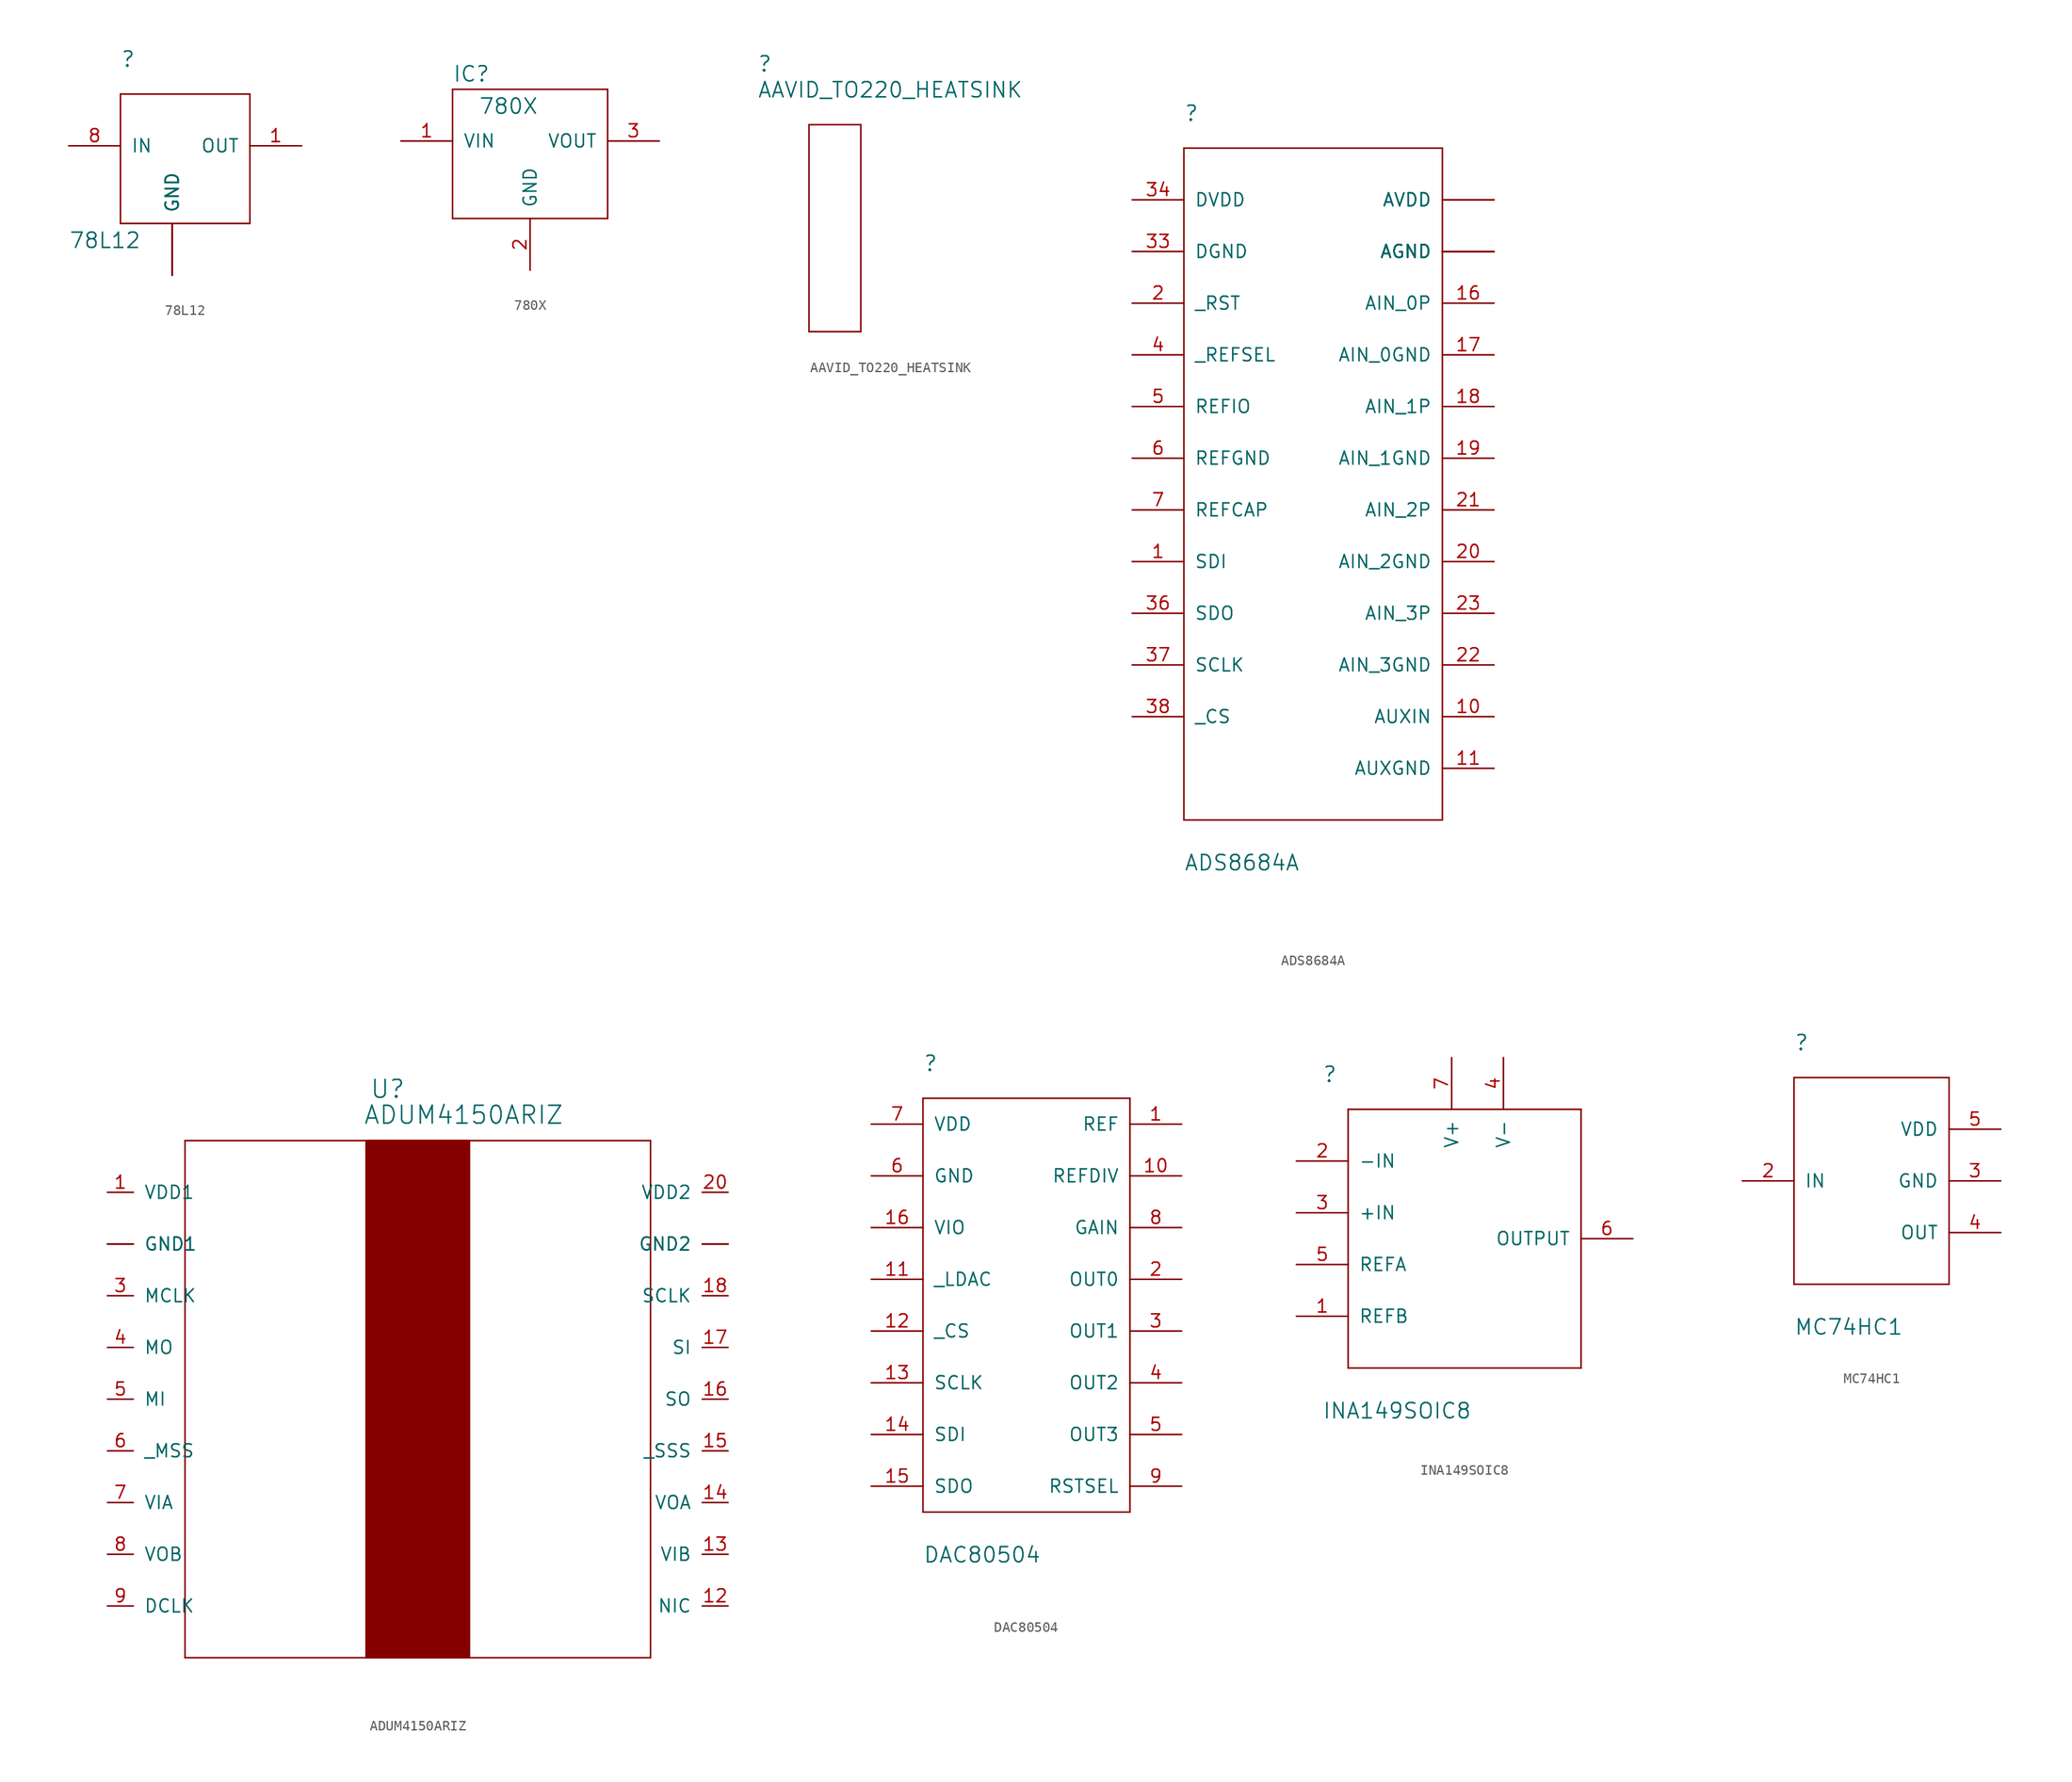
<source format=kicad_sym>
(kicad_symbol_lib
  (version 20211014)
  (generator kicad_symbol_editor)
  (symbol "78L12"
    (pin_names
      (offset 1.016))
    (property "Reference" ""
      (at -5.08 12.7 0)
      (effects (font (size 1.499 1.499)) (justify left bottom)))
    (property "Value" "78L12"
      (at -10.16 -5.08 0)
      (effects (font (size 1.499 1.499)) (justify left bottom)))
    (property "ki_locked" ""
      (at 0 0 0)
      (effects (font (size 1.27 1.27))))
    (symbol "78L12_0_0"
      (pin no_connect line (at 6.35 -5.08 90) (length 2.54) hide (name "NC" (effects (font (size 1.27 1.27)))) (number "4" (effects (font (size 1.27 1.27)))))
      (pin no_connect line (at 5.08 -5.08 90) (length 2.54) hide (name "NC" (effects (font (size 1.27 1.27)))) (number "5" (effects (font (size 1.27 1.27))))))
    (symbol "78L12_1_0"
      (polyline (pts (xy -5.08 -2.54) (xy 7.62 -2.54)) (stroke (width 0) (type default) (color 0 0 0 0)) (fill (type none)))
      (polyline (pts (xy -5.08 10.16) (xy -5.08 -2.54)) (stroke (width 0) (type default) (color 0 0 0 0)) (fill (type none)))
      (polyline (pts (xy 7.62 -2.54) (xy 7.62 10.16)) (stroke (width 0) (type default) (color 0 0 0 0)) (fill (type none)))
      (polyline (pts (xy 7.62 10.16) (xy -5.08 10.16)) (stroke (width 0) (type default) (color 0 0 0 0)) (fill (type none)))
      (pin power_out line (at 12.7 5.08 180) (length 5.08) (name "OUT" (effects (font (size 1.27 1.27)))) (number "1" (effects (font (size 1.27 1.27)))))
      (pin power_in line (at 0 -7.62 90) (length 5.08) (name "GND" (effects (font (size 1.27 1.27)))) (number "2" (effects (font (size 0 0)))))
      (pin power_in line (at 0 -7.62 90) (length 5.08) (name "GND" (effects (font (size 1.27 1.27)))) (number "3" (effects (font (size 0 0)))))
      (pin power_in line (at 0 -7.62 90) (length 5.08) (name "GND" (effects (font (size 1.27 1.27)))) (number "6" (effects (font (size 0 0)))))
      (pin power_in line (at 0 -7.62 90) (length 5.08) (name "GND" (effects (font (size 1.27 1.27)))) (number "7" (effects (font (size 0 0)))))
      (pin power_in line (at -10.16 5.08 0) (length 5.08) (name "IN" (effects (font (size 1.27 1.27)))) (number "8" (effects (font (size 1.27 1.27)))))))
  (symbol "780X"
    (pin_names
      (offset 1.016))
    (property "Reference" "IC"
      (at -7.62 5.715 0)
      (effects (font (size 1.499 1.499)) (justify left bottom)))
    (property "Value" "780X"
      (at -5.08 2.54 0)
      (effects (font (size 1.499 1.499)) (justify left bottom)))
    (property "ki_locked" ""
      (at 0 0 0)
      (effects (font (size 1.27 1.27))))
    (symbol "780X_1_0"
      (polyline (pts (xy -7.62 -7.62) (xy 7.62 -7.62)) (stroke (width 0) (type default) (color 0 0 0 0)) (fill (type none)))
      (polyline (pts (xy -7.62 5.08) (xy -7.62 -7.62)) (stroke (width 0) (type default) (color 0 0 0 0)) (fill (type none)))
      (polyline (pts (xy 7.62 -7.62) (xy 7.62 5.08)) (stroke (width 0) (type default) (color 0 0 0 0)) (fill (type none)))
      (polyline (pts (xy 7.62 5.08) (xy -7.62 5.08)) (stroke (width 0) (type default) (color 0 0 0 0)) (fill (type none)))
      (pin power_in line (at -12.7 0 0) (length 5.08) (name "VIN" (effects (font (size 1.27 1.27)))) (number "1" (effects (font (size 1.27 1.27)))))
      (pin power_in line (at 0 -12.7 90) (length 5.08) (name "GND" (effects (font (size 1.27 1.27)))) (number "2" (effects (font (size 1.27 1.27)))))
      (pin power_out line (at 12.7 0 180) (length 5.08) (name "VOUT" (effects (font (size 1.27 1.27)))) (number "3" (effects (font (size 1.27 1.27)))))))
  (symbol "AAVID_TO220_HEATSINK"
    (pin_names
      (offset 1.016))
    (property "Reference" ""
      (at -7.62 15.24 0)
      (effects (font (size 1.499 1.499)) (justify left bottom)))
    (property "Value" "AAVID_TO220_HEATSINK"
      (at -7.62 12.7 0)
      (effects (font (size 1.499 1.499)) (justify left bottom)))
    (property "ki_locked" ""
      (at 0 0 0)
      (effects (font (size 1.27 1.27))))
    (symbol "AAVID_TO220_HEATSINK_1_0"
      (polyline (pts (xy -2.54 -10.16) (xy 2.54 -10.16)) (stroke (width 0) (type default) (color 0 0 0 0)) (fill (type none)))
      (polyline (pts (xy -2.54 10.16) (xy -2.54 -10.16)) (stroke (width 0) (type default) (color 0 0 0 0)) (fill (type none)))
      (polyline (pts (xy 2.54 -10.16) (xy 2.54 10.16)) (stroke (width 0) (type default) (color 0 0 0 0)) (fill (type none)))
      (polyline (pts (xy 2.54 10.16) (xy -2.54 10.16)) (stroke (width 0) (type default) (color 0 0 0 0)) (fill (type none)))))
  (symbol "ADS8684A"
    (pin_names
      (offset 1.016))
    (property "Reference" ""
      (at -50.8 45.72 0)
      (effects (font (size 1.499 1.499)) (justify left bottom)))
    (property "Value" "ADS8684A"
      (at -50.8 -27.94 0)
      (effects (font (size 1.499 1.499)) (justify left bottom)))
    (property "ki_locked" ""
      (at 0 0 0)
      (effects (font (size 1.27 1.27))))
    (symbol "ADS8684A_0_0"
      (pin no_connect line (at -36.83 -25.4 90) (length 2.54) hide (name "NC" (effects (font (size 1.27 1.27)))) (number "12" (effects (font (size 1.27 1.27)))))
      (pin no_connect line (at -35.56 -25.4 90) (length 2.54) hide (name "NC" (effects (font (size 1.27 1.27)))) (number "13" (effects (font (size 1.27 1.27)))))
      (pin no_connect line (at -34.29 -25.4 90) (length 2.54) hide (name "NC" (effects (font (size 1.27 1.27)))) (number "14" (effects (font (size 1.27 1.27)))))
      (pin no_connect line (at -33.02 -25.4 90) (length 2.54) hide (name "NC" (effects (font (size 1.27 1.27)))) (number "15" (effects (font (size 1.27 1.27)))))
      (pin no_connect line (at -31.75 -25.4 90) (length 2.54) hide (name "NC" (effects (font (size 1.27 1.27)))) (number "24" (effects (font (size 1.27 1.27)))))
      (pin no_connect line (at -30.48 -25.4 90) (length 2.54) hide (name "NC" (effects (font (size 1.27 1.27)))) (number "25" (effects (font (size 1.27 1.27)))))
      (pin no_connect line (at -29.21 -25.4 90) (length 2.54) hide (name "NC" (effects (font (size 1.27 1.27)))) (number "26" (effects (font (size 1.27 1.27)))))
      (pin no_connect line (at -27.94 -25.4 90) (length 2.54) hide (name "NC" (effects (font (size 1.27 1.27)))) (number "27" (effects (font (size 1.27 1.27)))))
      (pin no_connect line (at -38.1 -25.4 90) (length 2.54) hide (name "NC" (effects (font (size 1.27 1.27)))) (number "3" (effects (font (size 1.27 1.27)))))
      (pin no_connect line (at -26.67 -25.4 90) (length 2.54) hide (name "NC" (effects (font (size 1.27 1.27)))) (number "35" (effects (font (size 1.27 1.27))))))
    (symbol "ADS8684A_1_0"
      (polyline (pts (xy -50.8 -22.86) (xy -25.4 -22.86)) (stroke (width 0) (type default) (color 0 0 0 0)) (fill (type none)))
      (polyline (pts (xy -50.8 43.18) (xy -50.8 -22.86)) (stroke (width 0) (type default) (color 0 0 0 0)) (fill (type none)))
      (polyline (pts (xy -25.4 -22.86) (xy -25.4 43.18)) (stroke (width 0) (type default) (color 0 0 0 0)) (fill (type none)))
      (polyline (pts (xy -25.4 43.18) (xy -50.8 43.18)) (stroke (width 0) (type default) (color 0 0 0 0)) (fill (type none)))
      (pin input line (at -55.88 2.54 0) (length 5.08) (name "SDI" (effects (font (size 1.27 1.27)))) (number "1" (effects (font (size 1.27 1.27)))))
      (pin passive line (at -20.32 -12.7 180) (length 5.08) (name "AUXIN" (effects (font (size 1.27 1.27)))) (number "10" (effects (font (size 1.27 1.27)))))
      (pin power_in line (at -20.32 -17.78 180) (length 5.08) (name "AUXGND" (effects (font (size 1.27 1.27)))) (number "11" (effects (font (size 1.27 1.27)))))
      (pin bidirectional line (at -20.32 27.94 180) (length 5.08) (name "AIN_0P" (effects (font (size 1.27 1.27)))) (number "16" (effects (font (size 1.27 1.27)))))
      (pin power_in line (at -20.32 22.86 180) (length 5.08) (name "AIN_0GND" (effects (font (size 1.27 1.27)))) (number "17" (effects (font (size 1.27 1.27)))))
      (pin bidirectional line (at -20.32 17.78 180) (length 5.08) (name "AIN_1P" (effects (font (size 1.27 1.27)))) (number "18" (effects (font (size 1.27 1.27)))))
      (pin power_in line (at -20.32 12.7 180) (length 5.08) (name "AIN_1GND" (effects (font (size 1.27 1.27)))) (number "19" (effects (font (size 1.27 1.27)))))
      (pin input line (at -55.88 27.94 0) (length 5.08) (name "_RST" (effects (font (size 1.27 1.27)))) (number "2" (effects (font (size 1.27 1.27)))))
      (pin power_in line (at -20.32 2.54 180) (length 5.08) (name "AIN_2GND" (effects (font (size 1.27 1.27)))) (number "20" (effects (font (size 1.27 1.27)))))
      (pin bidirectional line (at -20.32 7.62 180) (length 5.08) (name "AIN_2P" (effects (font (size 1.27 1.27)))) (number "21" (effects (font (size 1.27 1.27)))))
      (pin power_in line (at -20.32 -7.62 180) (length 5.08) (name "AIN_3GND" (effects (font (size 1.27 1.27)))) (number "22" (effects (font (size 1.27 1.27)))))
      (pin bidirectional line (at -20.32 -2.54 180) (length 5.08) (name "AIN_3P" (effects (font (size 1.27 1.27)))) (number "23" (effects (font (size 1.27 1.27)))))
      (pin power_in line (at -20.32 33.02 180) (length 5.08) (name "AGND" (effects (font (size 1.27 1.27)))) (number "28" (effects (font (size 0 0)))))
      (pin power_in line (at -20.32 33.02 180) (length 5.08) (name "AGND" (effects (font (size 1.27 1.27)))) (number "29" (effects (font (size 0 0)))))
      (pin power_in line (at -20.32 38.1 180) (length 5.08) (name "AVDD" (effects (font (size 1.27 1.27)))) (number "30" (effects (font (size 0 0)))))
      (pin power_in line (at -20.32 33.02 180) (length 5.08) (name "AGND" (effects (font (size 1.27 1.27)))) (number "31" (effects (font (size 0 0)))))
      (pin power_in line (at -20.32 33.02 180) (length 5.08) (name "AGND" (effects (font (size 1.27 1.27)))) (number "32" (effects (font (size 0 0)))))
      (pin power_in line (at -55.88 33.02 0) (length 5.08) (name "DGND" (effects (font (size 1.27 1.27)))) (number "33" (effects (font (size 1.27 1.27)))))
      (pin power_in line (at -55.88 38.1 0) (length 5.08) (name "DVDD" (effects (font (size 1.27 1.27)))) (number "34" (effects (font (size 1.27 1.27)))))
      (pin bidirectional line (at -55.88 -2.54 0) (length 5.08) (name "SDO" (effects (font (size 1.27 1.27)))) (number "36" (effects (font (size 1.27 1.27)))))
      (pin input line (at -55.88 -7.62 0) (length 5.08) (name "SCLK" (effects (font (size 1.27 1.27)))) (number "37" (effects (font (size 1.27 1.27)))))
      (pin input line (at -55.88 -12.7 0) (length 5.08) (name "_CS" (effects (font (size 1.27 1.27)))) (number "38" (effects (font (size 1.27 1.27)))))
      (pin passive line (at -55.88 22.86 0) (length 5.08) (name "_REFSEL" (effects (font (size 1.27 1.27)))) (number "4" (effects (font (size 1.27 1.27)))))
      (pin bidirectional line (at -55.88 17.78 0) (length 5.08) (name "REFIO" (effects (font (size 1.27 1.27)))) (number "5" (effects (font (size 1.27 1.27)))))
      (pin power_in line (at -55.88 12.7 0) (length 5.08) (name "REFGND" (effects (font (size 1.27 1.27)))) (number "6" (effects (font (size 1.27 1.27)))))
      (pin bidirectional line (at -55.88 7.62 0) (length 5.08) (name "REFCAP" (effects (font (size 1.27 1.27)))) (number "7" (effects (font (size 1.27 1.27)))))
      (pin power_in line (at -20.32 33.02 180) (length 5.08) (name "AGND" (effects (font (size 1.27 1.27)))) (number "8" (effects (font (size 0 0)))))
      (pin power_in line (at -20.32 38.1 180) (length 5.08) (name "AVDD" (effects (font (size 1.27 1.27)))) (number "9" (effects (font (size 0 0)))))))
  (symbol "ADUM4150ARIZ"
    (pin_names
      (offset 1.016))
    (property "Reference" "U"
      (at 25.756 9.119 0)
      (effects (font (size 1.753 1.753)) (justify left bottom)))
    (property "Value" "ADUM4150ARIZ"
      (at 25.121 6.579 0)
      (effects (font (size 1.753 1.753)) (justify left bottom)))
    (property "ki_locked" ""
      (at 0 0 0)
      (effects (font (size 1.27 1.27))))
    (symbol "ADUM4150ARIZ_1_0"
      (polyline (pts (xy 7.62 -45.72) (xy 53.34 -45.72)) (stroke (width 0) (type default) (color 0 0 0 0)) (fill (type none)))
      (polyline (pts (xy 7.62 5.08) (xy 7.62 -45.72)) (stroke (width 0) (type default) (color 0 0 0 0)) (fill (type none)))
      (polyline (pts (xy 53.34 -45.72) (xy 53.34 5.08)) (stroke (width 0) (type default) (color 0 0 0 0)) (fill (type none)))
      (polyline (pts (xy 53.34 5.08) (xy 7.62 5.08)) (stroke (width 0) (type default) (color 0 0 0 0)) (fill (type none)))
      (rectangle (start 25.4 -45.72) (end 35.56 5.08) (stroke (width 0) (type default) (color 0 0 0 0)) (fill (type outline)))
      (pin passive line (at 0 0 0) (length 2.54) (name "VDD1" (effects (font (size 1.27 1.27)))) (number "1" (effects (font (size 1.27 1.27)))))
      (pin power_in line (at 0 -5.08 0) (length 2.54) (name "GND1" (effects (font (size 1.27 1.27)))) (number "10" (effects (font (size 0 0)))))
      (pin power_in line (at 60.96 -5.08 180) (length 2.54) (name "GND2" (effects (font (size 1.27 1.27)))) (number "11" (effects (font (size 0 0)))))
      (pin passive line (at 60.96 -40.64 180) (length 2.54) (name "NIC" (effects (font (size 1.27 1.27)))) (number "12" (effects (font (size 1.27 1.27)))))
      (pin passive line (at 60.96 -35.56 180) (length 2.54) (name "VIB" (effects (font (size 1.27 1.27)))) (number "13" (effects (font (size 1.27 1.27)))))
      (pin passive line (at 60.96 -30.48 180) (length 2.54) (name "VOA" (effects (font (size 1.27 1.27)))) (number "14" (effects (font (size 1.27 1.27)))))
      (pin output line (at 60.96 -25.4 180) (length 2.54) (name "_SSS" (effects (font (size 1.27 1.27)))) (number "15" (effects (font (size 1.27 1.27)))))
      (pin output line (at 60.96 -20.32 180) (length 2.54) (name "SO" (effects (font (size 1.27 1.27)))) (number "16" (effects (font (size 1.27 1.27)))))
      (pin output line (at 60.96 -15.24 180) (length 2.54) (name "SI" (effects (font (size 1.27 1.27)))) (number "17" (effects (font (size 1.27 1.27)))))
      (pin passive line (at 60.96 -10.16 180) (length 2.54) (name "SCLK" (effects (font (size 1.27 1.27)))) (number "18" (effects (font (size 1.27 1.27)))))
      (pin power_in line (at 60.96 -5.08 180) (length 2.54) (name "GND2" (effects (font (size 1.27 1.27)))) (number "19" (effects (font (size 0 0)))))
      (pin power_in line (at 0 -5.08 0) (length 2.54) (name "GND1" (effects (font (size 1.27 1.27)))) (number "2" (effects (font (size 0 0)))))
      (pin power_in line (at 60.96 0 180) (length 2.54) (name "VDD2" (effects (font (size 1.27 1.27)))) (number "20" (effects (font (size 1.27 1.27)))))
      (pin input line (at 0 -10.16 0) (length 2.54) (name "MCLK" (effects (font (size 1.27 1.27)))) (number "3" (effects (font (size 1.27 1.27)))))
      (pin input line (at 0 -15.24 0) (length 2.54) (name "MO" (effects (font (size 1.27 1.27)))) (number "4" (effects (font (size 1.27 1.27)))))
      (pin output line (at 0 -20.32 0) (length 2.54) (name "MI" (effects (font (size 1.27 1.27)))) (number "5" (effects (font (size 1.27 1.27)))))
      (pin input line (at 0 -25.4 0) (length 2.54) (name "_MSS" (effects (font (size 1.27 1.27)))) (number "6" (effects (font (size 1.27 1.27)))))
      (pin passive line (at 0 -30.48 0) (length 2.54) (name "VIA" (effects (font (size 1.27 1.27)))) (number "7" (effects (font (size 1.27 1.27)))))
      (pin passive line (at 0 -35.56 0) (length 2.54) (name "VOB" (effects (font (size 1.27 1.27)))) (number "8" (effects (font (size 1.27 1.27)))))
      (pin passive line (at 0 -40.64 0) (length 2.54) (name "DCLK" (effects (font (size 1.27 1.27)))) (number "9" (effects (font (size 1.27 1.27)))))))
  (symbol "DAC80504"
    (pin_names
      (offset 1.016))
    (property "Reference" ""
      (at -5.08 20.32 0)
      (effects (font (size 1.499 1.499)) (justify left bottom)))
    (property "Value" "DAC80504"
      (at -5.08 -27.94 0)
      (effects (font (size 1.499 1.499)) (justify left bottom)))
    (property "ki_locked" ""
      (at 0 0 0)
      (effects (font (size 1.27 1.27))))
    (symbol "DAC80504_0_0"
      (pin no_connect line (at 5.08 20.32 270) (length 2.54) hide (name "NC" (effects (font (size 1.27 1.27)))) (number "EXP" (effects (font (size 1.27 1.27))))))
    (symbol "DAC80504_1_0"
      (polyline (pts (xy -5.08 -22.86) (xy 15.24 -22.86)) (stroke (width 0) (type default) (color 0 0 0 0)) (fill (type none)))
      (polyline (pts (xy -5.08 17.78) (xy -5.08 -22.86)) (stroke (width 0) (type default) (color 0 0 0 0)) (fill (type none)))
      (polyline (pts (xy 15.24 -22.86) (xy 15.24 17.78)) (stroke (width 0) (type default) (color 0 0 0 0)) (fill (type none)))
      (polyline (pts (xy 15.24 17.78) (xy -5.08 17.78)) (stroke (width 0) (type default) (color 0 0 0 0)) (fill (type none)))
      (pin bidirectional line (at 20.32 15.24 180) (length 5.08) (name "REF" (effects (font (size 1.27 1.27)))) (number "1" (effects (font (size 1.27 1.27)))))
      (pin passive line (at 20.32 10.16 180) (length 5.08) (name "REFDIV" (effects (font (size 1.27 1.27)))) (number "10" (effects (font (size 1.27 1.27)))))
      (pin passive line (at -10.16 0 0) (length 5.08) (name "_LDAC" (effects (font (size 1.27 1.27)))) (number "11" (effects (font (size 1.27 1.27)))))
      (pin input line (at -10.16 -5.08 0) (length 5.08) (name "_CS" (effects (font (size 1.27 1.27)))) (number "12" (effects (font (size 1.27 1.27)))))
      (pin input line (at -10.16 -10.16 0) (length 5.08) (name "SCLK" (effects (font (size 1.27 1.27)))) (number "13" (effects (font (size 1.27 1.27)))))
      (pin input line (at -10.16 -15.24 0) (length 5.08) (name "SDI" (effects (font (size 1.27 1.27)))) (number "14" (effects (font (size 1.27 1.27)))))
      (pin bidirectional line (at -10.16 -20.32 0) (length 5.08) (name "SDO" (effects (font (size 1.27 1.27)))) (number "15" (effects (font (size 1.27 1.27)))))
      (pin input line (at -10.16 5.08 0) (length 5.08) (name "VIO" (effects (font (size 1.27 1.27)))) (number "16" (effects (font (size 1.27 1.27)))))
      (pin output line (at 20.32 0 180) (length 5.08) (name "OUT0" (effects (font (size 1.27 1.27)))) (number "2" (effects (font (size 1.27 1.27)))))
      (pin output line (at 20.32 -5.08 180) (length 5.08) (name "OUT1" (effects (font (size 1.27 1.27)))) (number "3" (effects (font (size 1.27 1.27)))))
      (pin output line (at 20.32 -10.16 180) (length 5.08) (name "OUT2" (effects (font (size 1.27 1.27)))) (number "4" (effects (font (size 1.27 1.27)))))
      (pin output line (at 20.32 -15.24 180) (length 5.08) (name "OUT3" (effects (font (size 1.27 1.27)))) (number "5" (effects (font (size 1.27 1.27)))))
      (pin power_in line (at -10.16 10.16 0) (length 5.08) (name "GND" (effects (font (size 1.27 1.27)))) (number "6" (effects (font (size 1.27 1.27)))))
      (pin power_in line (at -10.16 15.24 0) (length 5.08) (name "VDD" (effects (font (size 1.27 1.27)))) (number "7" (effects (font (size 1.27 1.27)))))
      (pin bidirectional line (at 20.32 5.08 180) (length 5.08) (name "GAIN" (effects (font (size 1.27 1.27)))) (number "8" (effects (font (size 1.27 1.27)))))
      (pin bidirectional line (at 20.32 -20.32 180) (length 5.08) (name "RSTSEL" (effects (font (size 1.27 1.27)))) (number "9" (effects (font (size 1.27 1.27)))))))
  (symbol "INA149SOIC8"
    (pin_names
      (offset 1.016))
    (property "Reference" ""
      (at -7.62 17.78 0)
      (effects (font (size 1.499 1.499)) (justify left bottom)))
    (property "Value" "INA149SOIC8"
      (at -7.62 -15.24 0)
      (effects (font (size 1.499 1.499)) (justify left bottom)))
    (property "ki_locked" ""
      (at 0 0 0)
      (effects (font (size 1.27 1.27))))
    (symbol "INA149SOIC8_0_0"
      (pin no_connect line (at 0 17.78 270) (length 2.54) hide (name "NC" (effects (font (size 1.27 1.27)))) (number "8" (effects (font (size 1.27 1.27))))))
    (symbol "INA149SOIC8_1_0"
      (polyline (pts (xy -5.08 -10.16) (xy 17.78 -10.16)) (stroke (width 0) (type default) (color 0 0 0 0)) (fill (type none)))
      (polyline (pts (xy -5.08 15.24) (xy -5.08 -10.16)) (stroke (width 0) (type default) (color 0 0 0 0)) (fill (type none)))
      (polyline (pts (xy 17.78 -10.16) (xy 17.78 15.24)) (stroke (width 0) (type default) (color 0 0 0 0)) (fill (type none)))
      (polyline (pts (xy 17.78 15.24) (xy -5.08 15.24)) (stroke (width 0) (type default) (color 0 0 0 0)) (fill (type none)))
      (pin power_in line (at -10.16 -5.08 0) (length 5.08) (name "REFB" (effects (font (size 1.27 1.27)))) (number "1" (effects (font (size 1.27 1.27)))))
      (pin input line (at -10.16 10.16 0) (length 5.08) (name "-IN" (effects (font (size 1.27 1.27)))) (number "2" (effects (font (size 1.27 1.27)))))
      (pin input line (at -10.16 5.08 0) (length 5.08) (name "+IN" (effects (font (size 1.27 1.27)))) (number "3" (effects (font (size 1.27 1.27)))))
      (pin power_in line (at 10.16 20.32 270) (length 5.08) (name "V-" (effects (font (size 1.27 1.27)))) (number "4" (effects (font (size 1.27 1.27)))))
      (pin input line (at -10.16 0 0) (length 5.08) (name "REFA" (effects (font (size 1.27 1.27)))) (number "5" (effects (font (size 1.27 1.27)))))
      (pin output line (at 22.86 2.54 180) (length 5.08) (name "OUTPUT" (effects (font (size 1.27 1.27)))) (number "6" (effects (font (size 1.27 1.27)))))
      (pin power_in line (at 5.08 20.32 270) (length 5.08) (name "V+" (effects (font (size 1.27 1.27)))) (number "7" (effects (font (size 1.27 1.27)))))))
  (symbol "MC74HC1"
    (pin_names
      (offset 1.016))
    (property "Reference" ""
      (at -10.16 17.78 0)
      (effects (font (size 1.499 1.499)) (justify left bottom)))
    (property "Value" "MC74HC1"
      (at -10.16 -10.16 0)
      (effects (font (size 1.499 1.499)) (justify left bottom)))
    (property "ki_locked" ""
      (at 0 0 0)
      (effects (font (size 1.27 1.27))))
    (symbol "MC74HC1_0_0"
      (pin no_connect line (at -2.54 17.78 270) (length 2.54) hide (name "NC" (effects (font (size 1.27 1.27)))) (number "1" (effects (font (size 1.27 1.27))))))
    (symbol "MC74HC1_1_0"
      (polyline (pts (xy -10.16 -5.08) (xy 5.08 -5.08)) (stroke (width 0) (type default) (color 0 0 0 0)) (fill (type none)))
      (polyline (pts (xy -10.16 15.24) (xy -10.16 -5.08)) (stroke (width 0) (type default) (color 0 0 0 0)) (fill (type none)))
      (polyline (pts (xy 5.08 -5.08) (xy 5.08 15.24)) (stroke (width 0) (type default) (color 0 0 0 0)) (fill (type none)))
      (polyline (pts (xy 5.08 15.24) (xy -10.16 15.24)) (stroke (width 0) (type default) (color 0 0 0 0)) (fill (type none)))
      (pin input line (at -15.24 5.08 0) (length 5.08) (name "IN" (effects (font (size 1.27 1.27)))) (number "2" (effects (font (size 1.27 1.27)))))
      (pin power_in line (at 10.16 5.08 180) (length 5.08) (name "GND" (effects (font (size 1.27 1.27)))) (number "3" (effects (font (size 1.27 1.27)))))
      (pin output line (at 10.16 0 180) (length 5.08) (name "OUT" (effects (font (size 1.27 1.27)))) (number "4" (effects (font (size 1.27 1.27)))))
      (pin power_in line (at 10.16 10.16 180) (length 5.08) (name "VDD" (effects (font (size 1.27 1.27)))) (number "5" (effects (font (size 1.27 1.27))))))))
</source>
